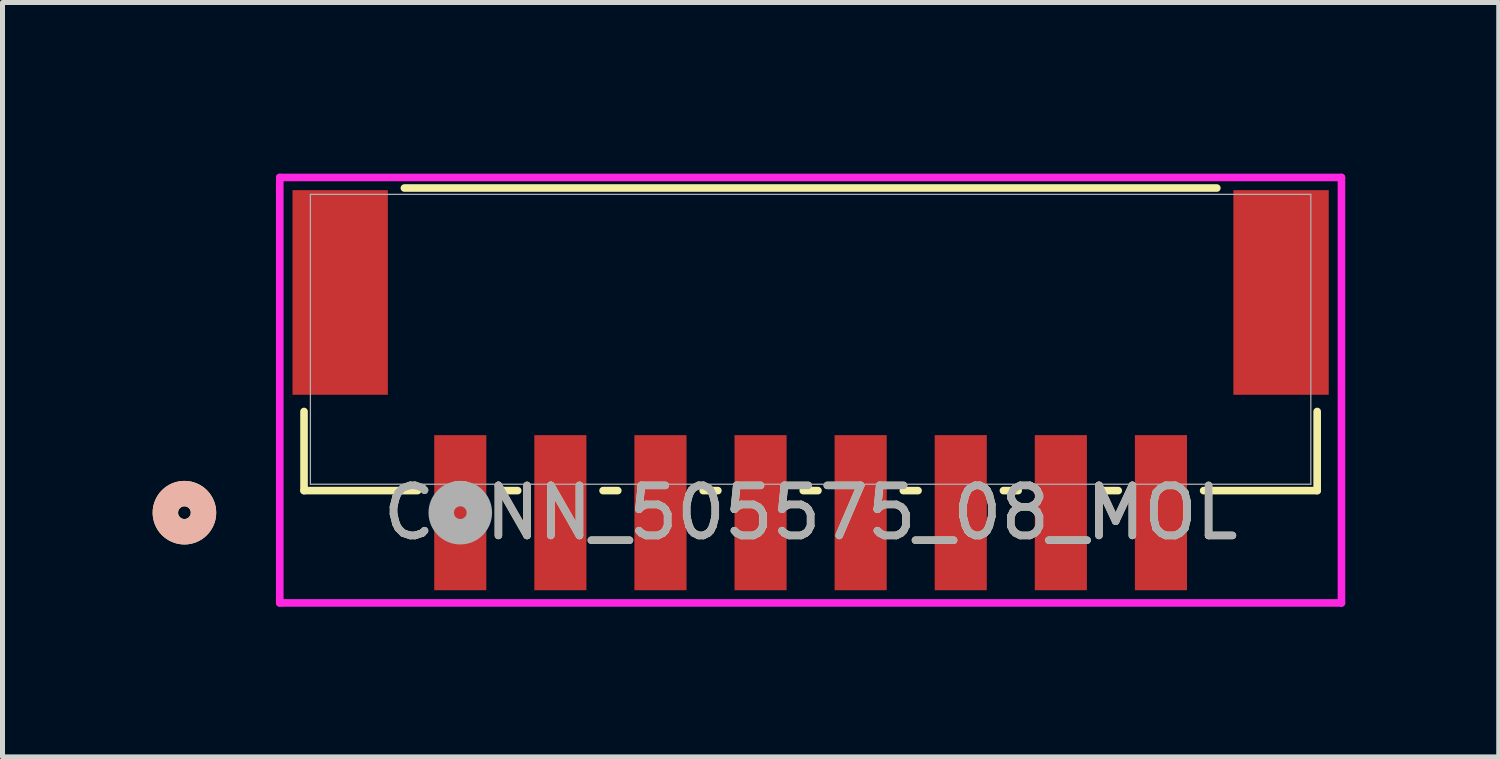
<source format=kicad_pcb>
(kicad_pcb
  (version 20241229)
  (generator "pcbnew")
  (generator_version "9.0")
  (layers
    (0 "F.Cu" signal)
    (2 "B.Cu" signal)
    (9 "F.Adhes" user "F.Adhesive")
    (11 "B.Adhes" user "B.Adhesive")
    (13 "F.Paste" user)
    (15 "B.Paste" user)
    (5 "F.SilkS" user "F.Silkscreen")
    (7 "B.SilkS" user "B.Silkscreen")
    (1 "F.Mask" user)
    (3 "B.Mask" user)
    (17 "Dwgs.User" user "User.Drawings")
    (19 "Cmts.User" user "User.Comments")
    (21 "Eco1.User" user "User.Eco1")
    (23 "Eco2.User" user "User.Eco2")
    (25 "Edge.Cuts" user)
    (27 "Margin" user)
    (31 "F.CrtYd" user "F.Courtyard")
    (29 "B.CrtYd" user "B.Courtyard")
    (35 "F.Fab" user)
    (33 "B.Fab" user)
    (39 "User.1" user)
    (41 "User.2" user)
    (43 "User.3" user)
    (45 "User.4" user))
  (footprint "CONN_505575_08_MOL"
    (layer "F.Cu")
    (at 13.147 3.73)
    (property "Reference" "CONN_505575_08_MOL" (at 0 3.464 0) (unlocked yes) (layer "F.SilkS") (effects (font (size 1 1) (thickness 0.15))))
    (attr smd)
    (fp_line (start -10.122 1.442) (end -10.122 3.023) (stroke (width 0.152) (type solid)) (layer "F.SilkS"))
    (fp_line (start -10.122 3.023) (end -7.853 3.023) (stroke (width 0.152) (type solid)) (layer "F.SilkS"))
    (fp_line (start -6.147 3.023) (end -5.853 3.023) (stroke (width 0.152) (type solid)) (layer "F.SilkS"))
    (fp_line (start -4.147 3.023) (end -3.853 3.023) (stroke (width 0.152) (type solid)) (layer "F.SilkS"))
    (fp_line (start -2.147 3.023) (end -1.853 3.023) (stroke (width 0.152) (type solid)) (layer "F.SilkS"))
    (fp_line (start -0.147 3.023) (end 0.147 3.023) (stroke (width 0.152) (type solid)) (layer "F.SilkS"))
    (fp_line (start 1.853 3.023) (end 2.147 3.023) (stroke (width 0.152) (type solid)) (layer "F.SilkS"))
    (fp_line (start 3.853 3.023) (end 4.147 3.023) (stroke (width 0.152) (type solid)) (layer "F.SilkS"))
    (fp_line (start 5.853 3.023) (end 6.147 3.023) (stroke (width 0.152) (type solid)) (layer "F.SilkS"))
    (fp_line (start 7.853 3.023) (end 10.122 3.023) (stroke (width 0.152) (type solid)) (layer "F.SilkS"))
    (fp_line (start 8.117 -3.023) (end -8.117 -3.023) (stroke (width 0.152) (type solid)) (layer "F.SilkS"))
    (fp_line (start 10.122 3.023) (end 10.122 1.442) (stroke (width 0.152) (type solid)) (layer "F.SilkS"))
    (fp_circle (center -12.512 3.464) (end -12.131 3.464) (stroke (width 0.508) (type solid)) (fill no) (layer "F.SilkS"))
    (fp_circle (center -12.512 3.464) (end -12.131 3.464) (stroke (width 0.508) (type solid)) (fill no) (layer "B.SilkS"))
    (fp_line (start -10.607 -3.234) (end -10.607 5.268) (stroke (width 0.152) (type solid)) (layer "F.CrtYd"))
    (fp_line (start -10.607 5.268) (end 10.607 5.268) (stroke (width 0.152) (type solid)) (layer "F.CrtYd"))
    (fp_line (start 10.607 -3.234) (end -10.607 -3.234) (stroke (width 0.152) (type solid)) (layer "F.CrtYd"))
    (fp_line (start 10.607 5.268) (end 10.607 -3.234) (stroke (width 0.152) (type solid)) (layer "F.CrtYd"))
    (fp_line (start -9.995 -2.896) (end -9.995 2.896) (stroke (width 0.025) (type solid)) (layer "F.Fab"))
    (fp_line (start -9.995 2.896) (end 9.995 2.896) (stroke (width 0.025) (type solid)) (layer "F.Fab"))
    (fp_line (start 9.995 -2.896) (end -9.995 -2.896) (stroke (width 0.025) (type solid)) (layer "F.Fab"))
    (fp_line (start 9.995 2.896) (end 9.995 -2.896) (stroke (width 0.025) (type solid)) (layer "F.Fab"))
    (fp_circle (center -7 3.464) (end -6.619 3.464) (stroke (width 0.508) (type solid)) (fill no) (layer "F.Fab"))
    (fp_text user "${REFERENCE}" (at 0 3.464 0) (unlocked yes) (layer "F.Fab") (effects (font (size 1 1) (thickness 0.15))))
    (pad "1" smd rect (at -7 3.464) (size 1.041 3.099) (layers "F.Cu" "F.Mask" "F.Paste"))
    (pad "2" smd rect (at -5 3.464) (size 1.041 3.099) (layers "F.Cu" "F.Mask" "F.Paste"))
    (pad "3" smd rect (at -3 3.464) (size 1.041 3.099) (layers "F.Cu" "F.Mask" "F.Paste"))
    (pad "4" smd rect (at -1 3.464) (size 1.041 3.099) (layers "F.Cu" "F.Mask" "F.Paste"))
    (pad "5" smd rect (at 1 3.464) (size 1.041 3.099) (layers "F.Cu" "F.Mask" "F.Paste"))
    (pad "6" smd rect (at 3 3.464) (size 1.041 3.099) (layers "F.Cu" "F.Mask" "F.Paste"))
    (pad "7" smd rect (at 5 3.464) (size 1.041 3.099) (layers "F.Cu" "F.Mask" "F.Paste"))
    (pad "8" smd rect (at 7 3.464) (size 1.041 3.099) (layers "F.Cu" "F.Mask" "F.Paste"))
    (pad "9" smd rect (at -9.4 -0.936) (size 1.905 4.089) (layers "F.Cu" "F.Mask" "F.Paste"))
    (pad "10" smd rect (at 9.4 -0.936) (size 1.905 4.089) (layers "F.Cu" "F.Mask" "F.Paste"))
    (zone (net_name "") (layer "F.Cu") (hatch full 0.508) (connect_pads) (min_thickness 0.254) (filled_areas_thickness no) (keepout (tracks not_allowed) (vias not_allowed) (pads allowed) (copperpour not_allowed) (footprints allowed)) (placement (enabled no)) (fill) (polygon (pts (xy 2.396 4.8) (xy 2.396 7.289) (xy 5.647 7.289) (xy 5.647 4.8))))
    (zone (net_name "") (layer "F.Cu") (hatch full 0.508) (connect_pads) (min_thickness 0.254) (filled_areas_thickness no) (keepout (tracks not_allowed) (vias not_allowed) (pads allowed) (copperpour not_allowed) (footprints allowed)) (placement (enabled no)) (fill) (polygon (pts (xy 4.65 0) (xy 4.65 5.69) (xy 21.643 5.69) (xy 21.643 0))))
    (zone (net_name "") (layer "F.Cu") (hatch full 0.508) (connect_pads) (min_thickness 0.254) (filled_areas_thickness no) (keepout (tracks not_allowed) (vias not_allowed) (pads allowed) (copperpour not_allowed) (footprints allowed)) (placement (enabled no)) (fill) (polygon (pts (xy 6.651 5.695) (xy 6.651 7.295) (xy 7.642 7.295) (xy 7.642 5.695))))
    (zone (net_name "") (layer "F.Cu") (hatch full 0.508) (connect_pads) (min_thickness 0.254) (filled_areas_thickness no) (keepout (tracks not_allowed) (vias not_allowed) (pads allowed) (copperpour not_allowed) (footprints allowed)) (placement (enabled no)) (fill) (polygon (pts (xy 8.651 5.695) (xy 8.651 7.295) (xy 9.642 7.295) (xy 9.642 5.695))))
    (zone (net_name "") (layer "F.Cu") (hatch full 0.508) (connect_pads) (min_thickness 0.254) (filled_areas_thickness no) (keepout (tracks not_allowed) (vias not_allowed) (pads allowed) (copperpour not_allowed) (footprints allowed)) (placement (enabled no)) (fill) (polygon (pts (xy 10.651 5.695) (xy 10.651 7.295) (xy 11.642 7.295) (xy 11.642 5.695))))
    (zone (net_name "") (layer "F.Cu") (hatch full 0.508) (connect_pads) (min_thickness 0.254) (filled_areas_thickness no) (keepout (tracks not_allowed) (vias not_allowed) (pads allowed) (copperpour not_allowed) (footprints allowed)) (placement (enabled no)) (fill) (polygon (pts (xy 12.651 5.695) (xy 12.651 7.295) (xy 13.642 7.295) (xy 13.642 5.695))))
    (zone (net_name "") (layer "F.Cu") (hatch full 0.508) (connect_pads) (min_thickness 0.254) (filled_areas_thickness no) (keepout (tracks not_allowed) (vias not_allowed) (pads allowed) (copperpour not_allowed) (footprints allowed)) (placement (enabled no)) (fill) (polygon (pts (xy 14.651 5.695) (xy 14.651 7.295) (xy 15.642 7.295) (xy 15.642 5.695))))
    (zone (net_name "") (layer "F.Cu") (hatch full 0.508) (connect_pads) (min_thickness 0.254) (filled_areas_thickness no) (keepout (tracks not_allowed) (vias not_allowed) (pads allowed) (copperpour not_allowed) (footprints allowed)) (placement (enabled no)) (fill) (polygon (pts (xy 16.651 5.695) (xy 16.651 7.295) (xy 17.642 7.295) (xy 17.642 5.695))))
    (zone (net_name "") (layer "F.Cu") (hatch full 0.508) (connect_pads) (min_thickness 0.254) (filled_areas_thickness no) (keepout (tracks not_allowed) (vias not_allowed) (pads allowed) (copperpour not_allowed) (footprints allowed)) (placement (enabled no)) (fill) (polygon (pts (xy 18.651 5.695) (xy 18.651 7.295) (xy 19.642 7.295) (xy 19.642 5.695))))
    (zone (net_name "") (layer "F.Cu") (hatch full 0.508) (connect_pads) (min_thickness 0.254) (filled_areas_thickness no) (keepout (tracks not_allowed) (vias not_allowed) (pads allowed) (copperpour not_allowed) (footprints allowed)) (placement (enabled no)) (fill) (polygon (pts (xy 20.646 4.8) (xy 20.646 7.289) (xy 23.897 7.289) (xy 23.897 4.8)))))
  (gr_rect
    (start -3 -3)
    (end 26.897 12.074)
    (stroke (width 0.1) (type default))
    (fill no)
    (layer "Edge.Cuts")))
</source>
